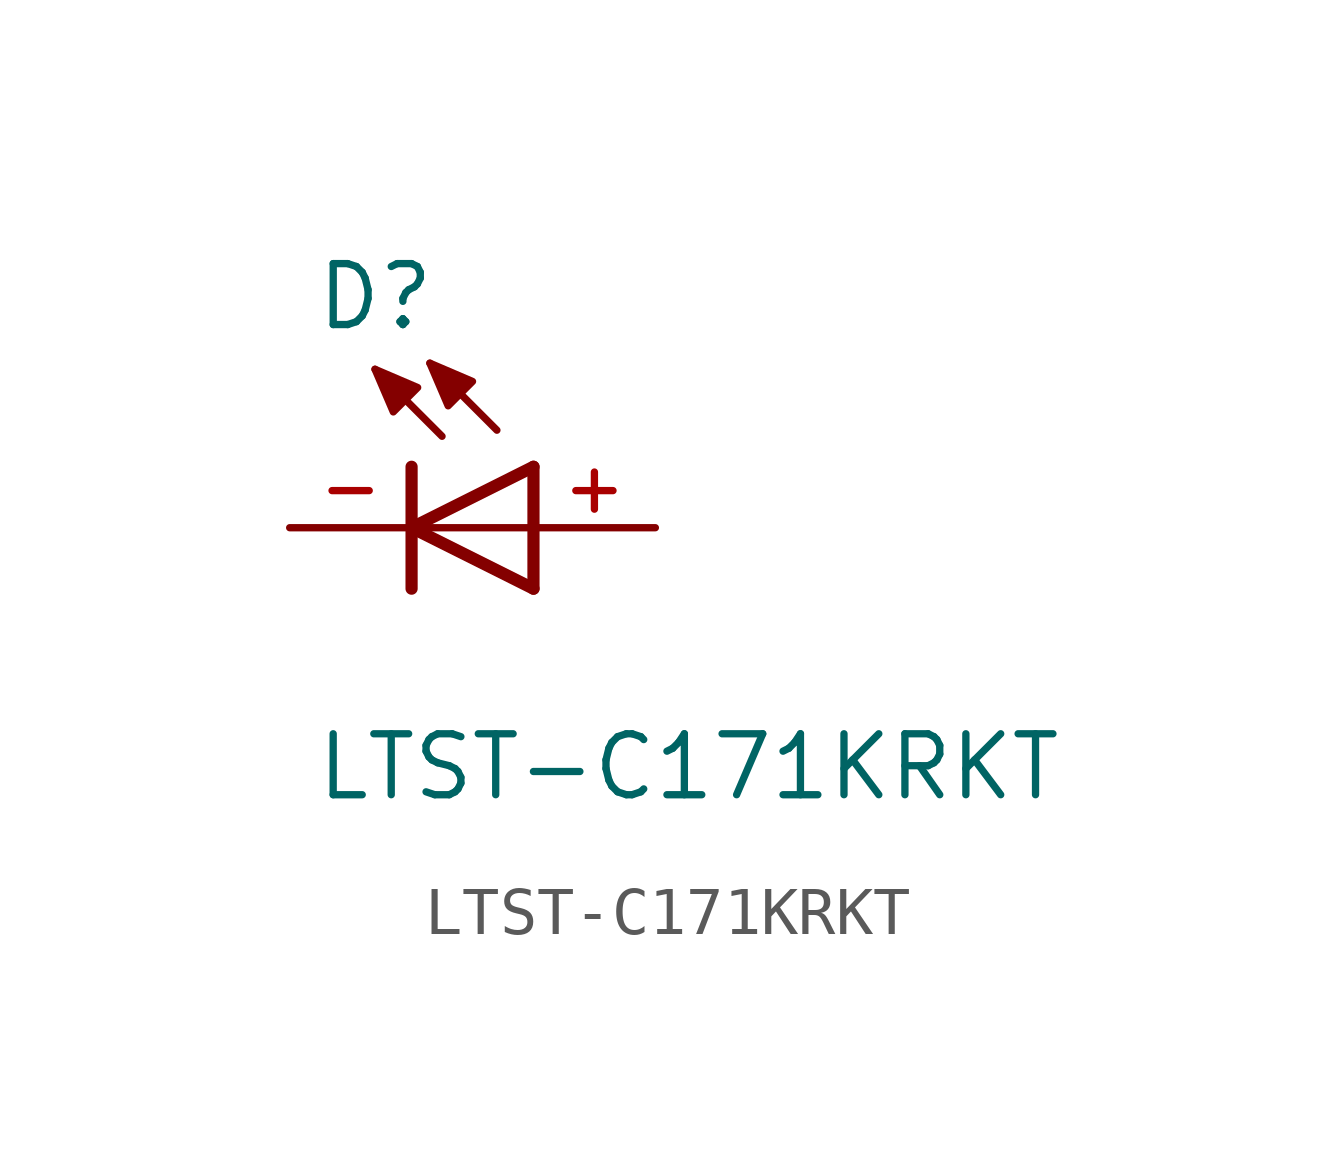
<source format=kicad_sym>
(kicad_symbol_lib
  (version 20211014)
  (generator kicad_symbol_editor)
  (symbol "LTST-C171KRKT"
    (pin_names
      (offset 1.016))
    (property "Reference" "D"
      (at -2.035 4.07 0)
      (effects (font (size 1.27 1.27)) (justify bottom left)))
    (property "Value" "LTST-C171KRKT"
      (at -2.036 -5.727 0)
      (effects (font (size 1.27 1.27)) (justify bottom left)))
    (symbol "LTST-C171KRKT_0_0"
      (polyline (pts (xy 2.54 -1.27) (xy 0.0 0.0)) (stroke (width 0.254)))
      (polyline (pts (xy 0.0 0.0) (xy 2.54 1.27)) (stroke (width 0.254)))
      (polyline (pts (xy 0.0 -1.27) (xy 0.0 0.0)) (stroke (width 0.254)))
      (polyline (pts (xy 0.0 0.0) (xy 0.0 1.27)) (stroke (width 0.254)))
      (polyline (pts (xy 2.54 -1.27) (xy 2.54 0.0)) (stroke (width 0.254)))
      (polyline (pts (xy 2.54 0.0) (xy 2.54 1.27)) (stroke (width 0.254)))
      (polyline (pts (xy 2.54 0.0) (xy 0.0 0.0)) (stroke (width 0.152)))
      (polyline (pts (xy 1.778 2.032) (xy 0.381 3.429)) (stroke (width 0.152)))
      (polyline (pts (xy 0.635 1.905) (xy -0.762 3.302)) (stroke (width 0.152)))
      (polyline (pts (xy 0.381 3.429) (xy 1.27 3.048) (xy 0.762 2.54) (xy 0.381 3.429)) (stroke (width 0.152)) (fill (type outline)))
      (polyline (pts (xy -0.762 3.302) (xy 0.127 2.921) (xy -0.381 2.413) (xy -0.762 3.302)) (stroke (width 0.152)) (fill (type outline)))
      (pin passive line (at -2.54 0.0 0) (length 2.54) (name "~" (effects (font (size 1.016 1.016)))) (number "-" (effects (font (size 1.016 1.016)))))
      (pin passive line (at 5.08 0.0 180.0) (length 2.54) (name "~" (effects (font (size 1.016 1.016)))) (number "+" (effects (font (size 1.016 1.016))))))))
</source>
